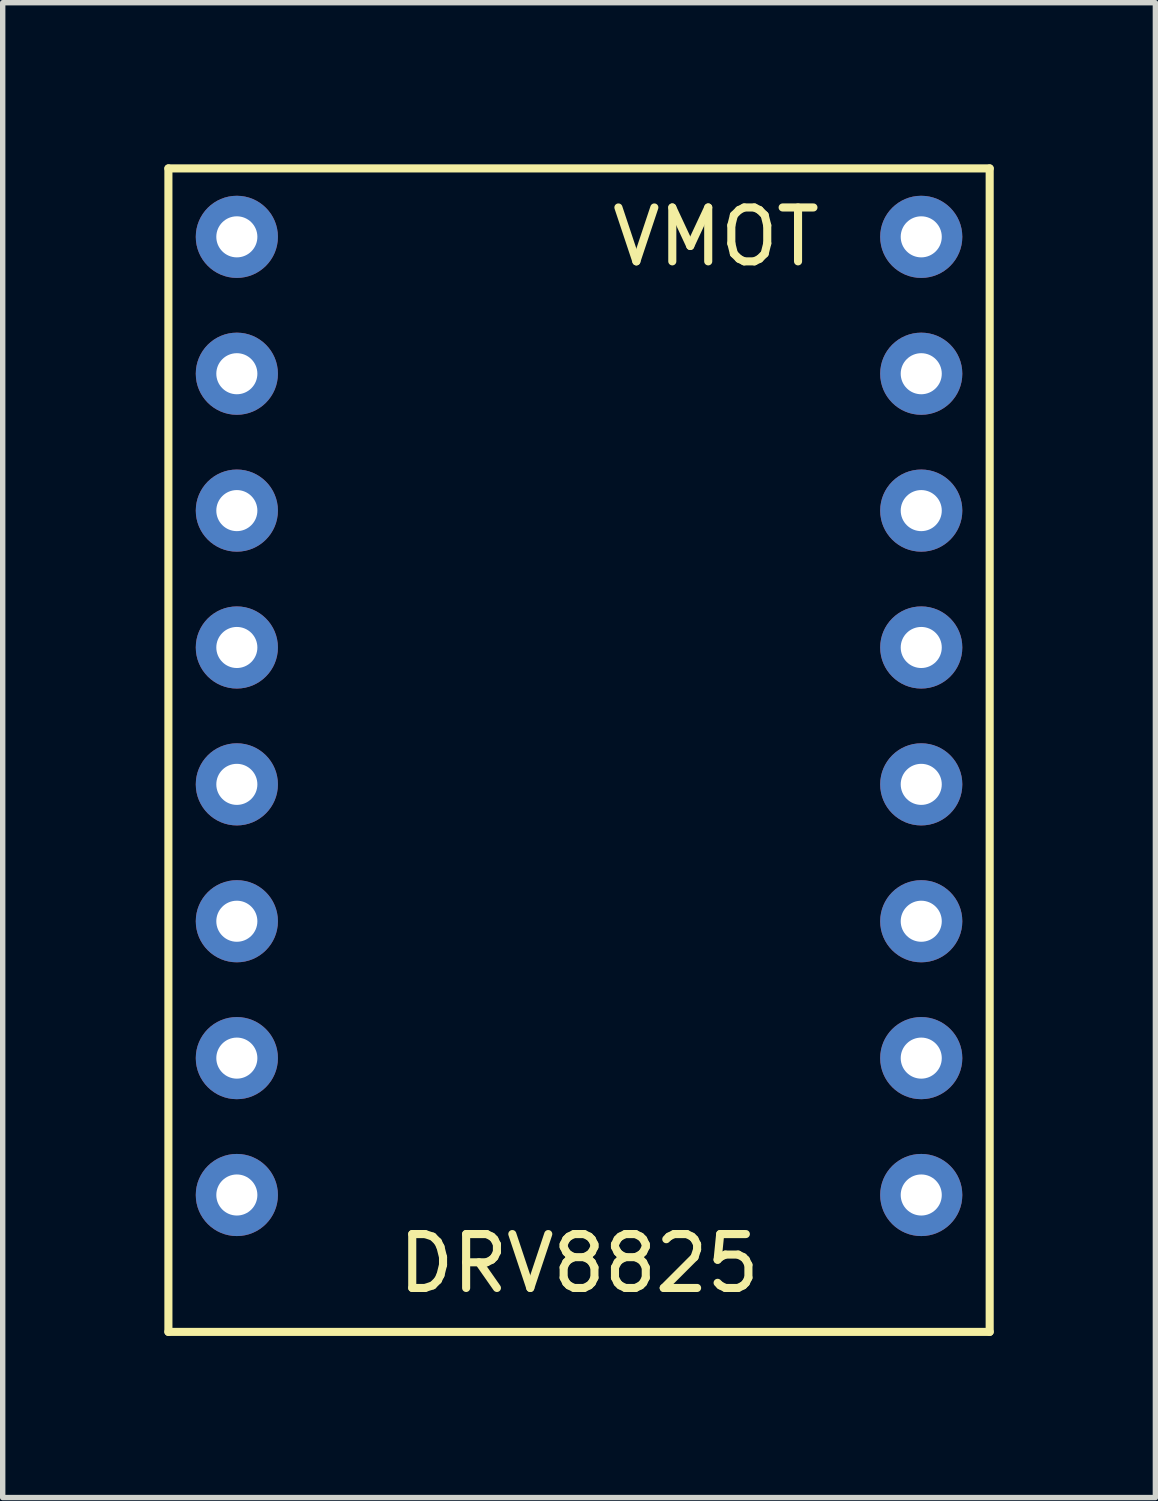
<source format=kicad_pcb>
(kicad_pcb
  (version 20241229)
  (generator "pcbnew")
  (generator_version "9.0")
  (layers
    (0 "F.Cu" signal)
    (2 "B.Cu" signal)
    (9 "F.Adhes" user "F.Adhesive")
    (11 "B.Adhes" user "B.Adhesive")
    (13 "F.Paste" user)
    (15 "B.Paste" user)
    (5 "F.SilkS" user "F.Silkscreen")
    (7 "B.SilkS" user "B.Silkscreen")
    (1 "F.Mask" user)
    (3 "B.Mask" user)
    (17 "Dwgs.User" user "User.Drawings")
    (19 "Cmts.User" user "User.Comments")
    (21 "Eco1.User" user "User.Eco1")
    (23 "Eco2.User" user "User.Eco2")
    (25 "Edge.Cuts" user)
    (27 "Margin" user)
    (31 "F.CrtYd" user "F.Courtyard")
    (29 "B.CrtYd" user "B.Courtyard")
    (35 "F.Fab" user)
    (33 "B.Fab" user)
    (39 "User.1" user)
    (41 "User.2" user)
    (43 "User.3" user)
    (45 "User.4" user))
  (footprint "DRV8825"
    (layer "F.Cu")
    (at 7.695 10.235)
    (property "Reference" "DRV8825" (at 0 10.16 0) (layer "F.SilkS") (effects (font (size 1 1) (thickness 0.15))))
    (attr through_hole)
    (fp_line (start -7.62 -10.16) (end 7.62 -10.16) (stroke (width 0.15) (type solid)) (layer "F.SilkS"))
    (fp_line (start -7.62 11.43) (end -7.62 -10.16) (stroke (width 0.15) (type solid)) (layer "F.SilkS"))
    (fp_line (start 7.62 -10.16) (end 7.62 11.43) (stroke (width 0.15) (type solid)) (layer "F.SilkS"))
    (fp_line (start 7.62 11.43) (end -7.62 11.43) (stroke (width 0.15) (type solid)) (layer "F.SilkS"))
    (fp_text user "VMOT" (at 2.54 -8.89 0) (layer "F.SilkS") (effects (font (size 1 1) (thickness 0.15))))
    (pad "1" thru_hole circle (at -6.35 -8.89) (size 1.524 1.524) (drill 0.762) (layers "*.Cu" "*.Mask"))
    (pad "2" thru_hole circle (at -6.35 -6.35) (size 1.524 1.524) (drill 0.762) (layers "*.Cu" "*.Mask"))
    (pad "3" thru_hole circle (at -6.35 -3.81) (size 1.524 1.524) (drill 0.762) (layers "*.Cu" "*.Mask"))
    (pad "4" thru_hole circle (at -6.35 -1.27) (size 1.524 1.524) (drill 0.762) (layers "*.Cu" "*.Mask"))
    (pad "5" thru_hole circle (at -6.35 1.27) (size 1.524 1.524) (drill 0.762) (layers "*.Cu" "*.Mask"))
    (pad "6" thru_hole circle (at -6.35 3.81) (size 1.524 1.524) (drill 0.762) (layers "*.Cu" "*.Mask"))
    (pad "7" thru_hole circle (at -6.35 6.35) (size 1.524 1.524) (drill 0.762) (layers "*.Cu" "*.Mask"))
    (pad "8" thru_hole circle (at -6.35 8.89) (size 1.524 1.524) (drill 0.762) (layers "*.Cu" "*.Mask"))
    (pad "9" thru_hole circle (at 6.35 8.89) (size 1.524 1.524) (drill 0.762) (layers "*.Cu" "*.Mask"))
    (pad "10" thru_hole circle (at 6.35 6.35) (size 1.524 1.524) (drill 0.762) (layers "*.Cu" "*.Mask"))
    (pad "11" thru_hole circle (at 6.35 3.81) (size 1.524 1.524) (drill 0.762) (layers "*.Cu" "*.Mask"))
    (pad "12" thru_hole circle (at 6.35 1.27) (size 1.524 1.524) (drill 0.762) (layers "*.Cu" "*.Mask"))
    (pad "13" thru_hole circle (at 6.35 -1.27) (size 1.524 1.524) (drill 0.762) (layers "*.Cu" "*.Mask"))
    (pad "14" thru_hole circle (at 6.35 -3.81) (size 1.524 1.524) (drill 0.762) (layers "*.Cu" "*.Mask"))
    (pad "15" thru_hole circle (at 6.35 -6.35) (size 1.524 1.524) (drill 0.762) (layers "*.Cu" "*.Mask"))
    (pad "16" thru_hole circle (at 6.35 -8.89) (size 1.524 1.524) (drill 0.762) (layers "*.Cu" "*.Mask")))
  (gr_rect
    (start -3 -3)
    (end 18.39 24.74)
    (stroke (width 0.1) (type default))
    (fill no)
    (layer "Edge.Cuts")))
</source>
